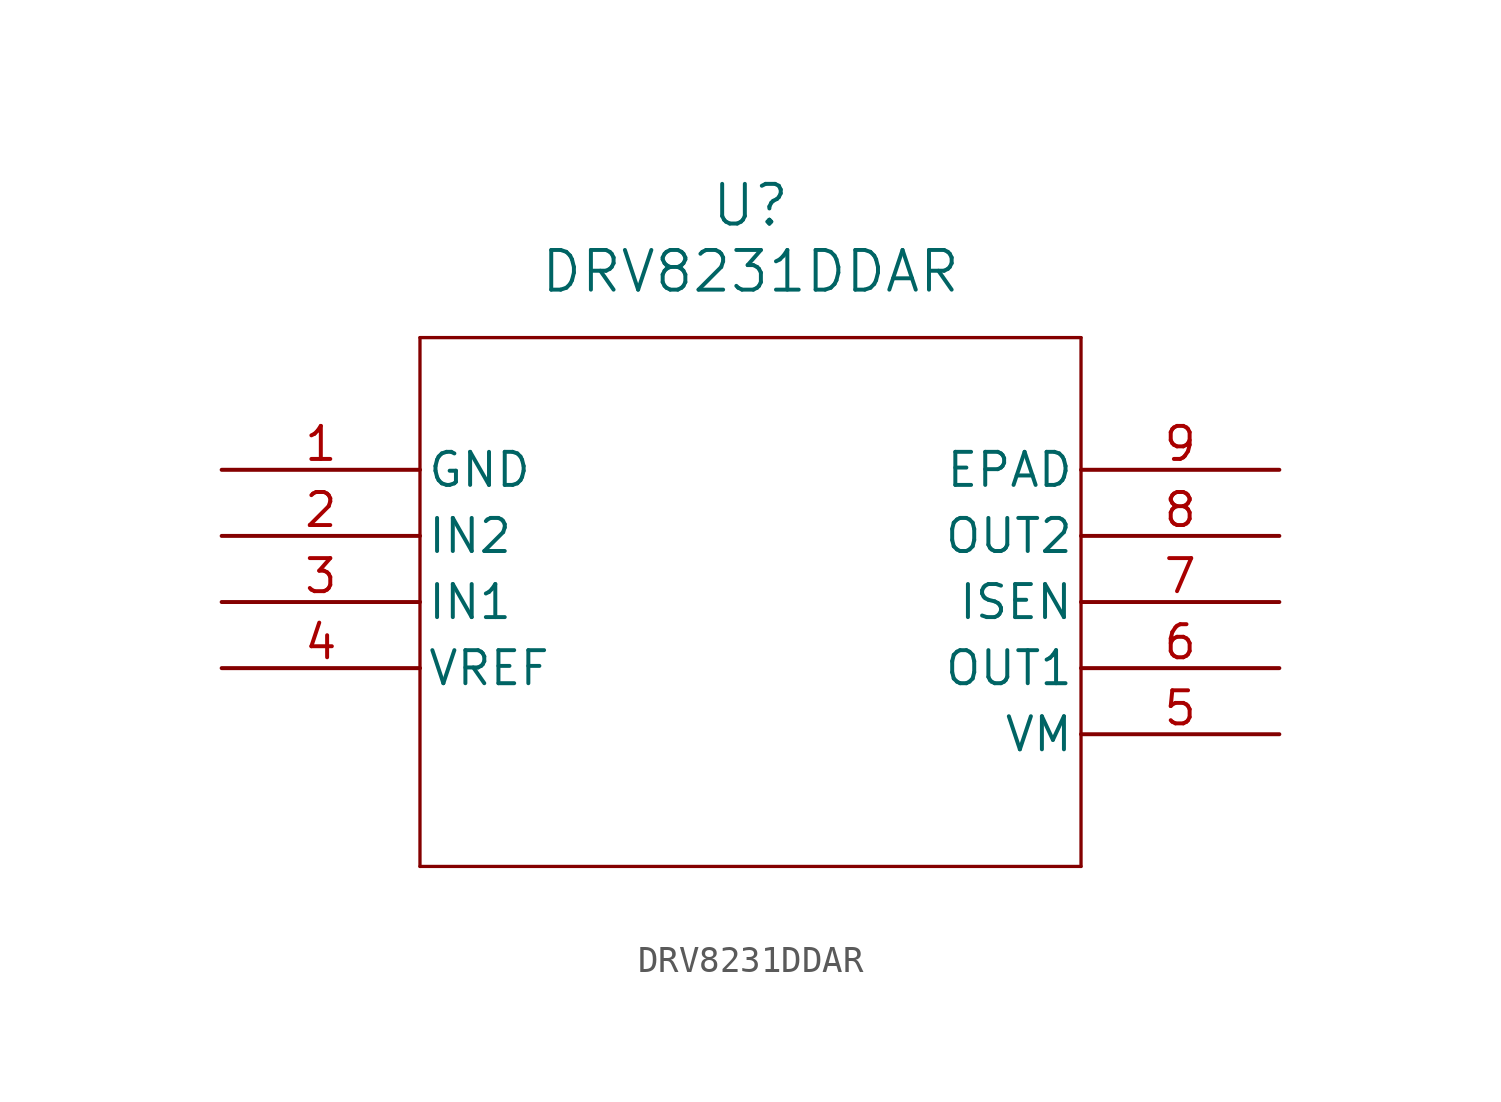
<source format=kicad_sym>
(kicad_symbol_lib
  (version 20211014)
  (generator kicad_symbol_editor)
  (symbol "DRV8231DDAR"
    (pin_names
      (offset 0.254))
    (property "Reference" "U"
      (at 20.32 10.16 0)
      (effects (font (size 1.524 1.524))))
    (property "Value" "DRV8231DDAR"
      (at 20.32 7.62 0)
      (effects (font (size 1.524 1.524))))
    (symbol "DRV8231DDAR_0_1"
      (polyline (pts (xy 7.62 5.08) (xy 7.62 -15.24)) (stroke (width 0.127) (type default) (color 0 0 0 0)) (fill (type none)))
      (polyline (pts (xy 7.62 -15.24) (xy 33.02 -15.24)) (stroke (width 0.127) (type default) (color 0 0 0 0)) (fill (type none)))
      (polyline (pts (xy 33.02 -15.24) (xy 33.02 5.08)) (stroke (width 0.127) (type default) (color 0 0 0 0)) (fill (type none)))
      (polyline (pts (xy 33.02 5.08) (xy 7.62 5.08)) (stroke (width 0.127) (type default) (color 0 0 0 0)) (fill (type none)))
      (pin power_out line (at 0 0 0) (length 7.62) (name "GND" (effects (font (size 1.27 1.27)))) (number "1" (effects (font (size 1.27 1.27)))))
      (pin input line (at 0 -2.54 0) (length 7.62) (name "IN2" (effects (font (size 1.27 1.27)))) (number "2" (effects (font (size 1.27 1.27)))))
      (pin input line (at 0 -5.08 0) (length 7.62) (name "IN1" (effects (font (size 1.27 1.27)))) (number "3" (effects (font (size 1.27 1.27)))))
      (pin power_in line (at 0 -7.62 0) (length 7.62) (name "VREF" (effects (font (size 1.27 1.27)))) (number "4" (effects (font (size 1.27 1.27)))))
      (pin power_in line (at 40.64 -10.16 180) (length 7.62) (name "VM" (effects (font (size 1.27 1.27)))) (number "5" (effects (font (size 1.27 1.27)))))
      (pin output line (at 40.64 -7.62 180) (length 7.62) (name "OUT1" (effects (font (size 1.27 1.27)))) (number "6" (effects (font (size 1.27 1.27)))))
      (pin power_in line (at 40.64 -5.08 180) (length 7.62) (name "ISEN" (effects (font (size 1.27 1.27)))) (number "7" (effects (font (size 1.27 1.27)))))
      (pin output line (at 40.64 -2.54 180) (length 7.62) (name "OUT2" (effects (font (size 1.27 1.27)))) (number "8" (effects (font (size 1.27 1.27)))))
      (pin power_out line (at 40.64 0 180) (length 7.62) (name "EPAD" (effects (font (size 1.27 1.27)))) (number "9" (effects (font (size 1.27 1.27))))))))
</source>
